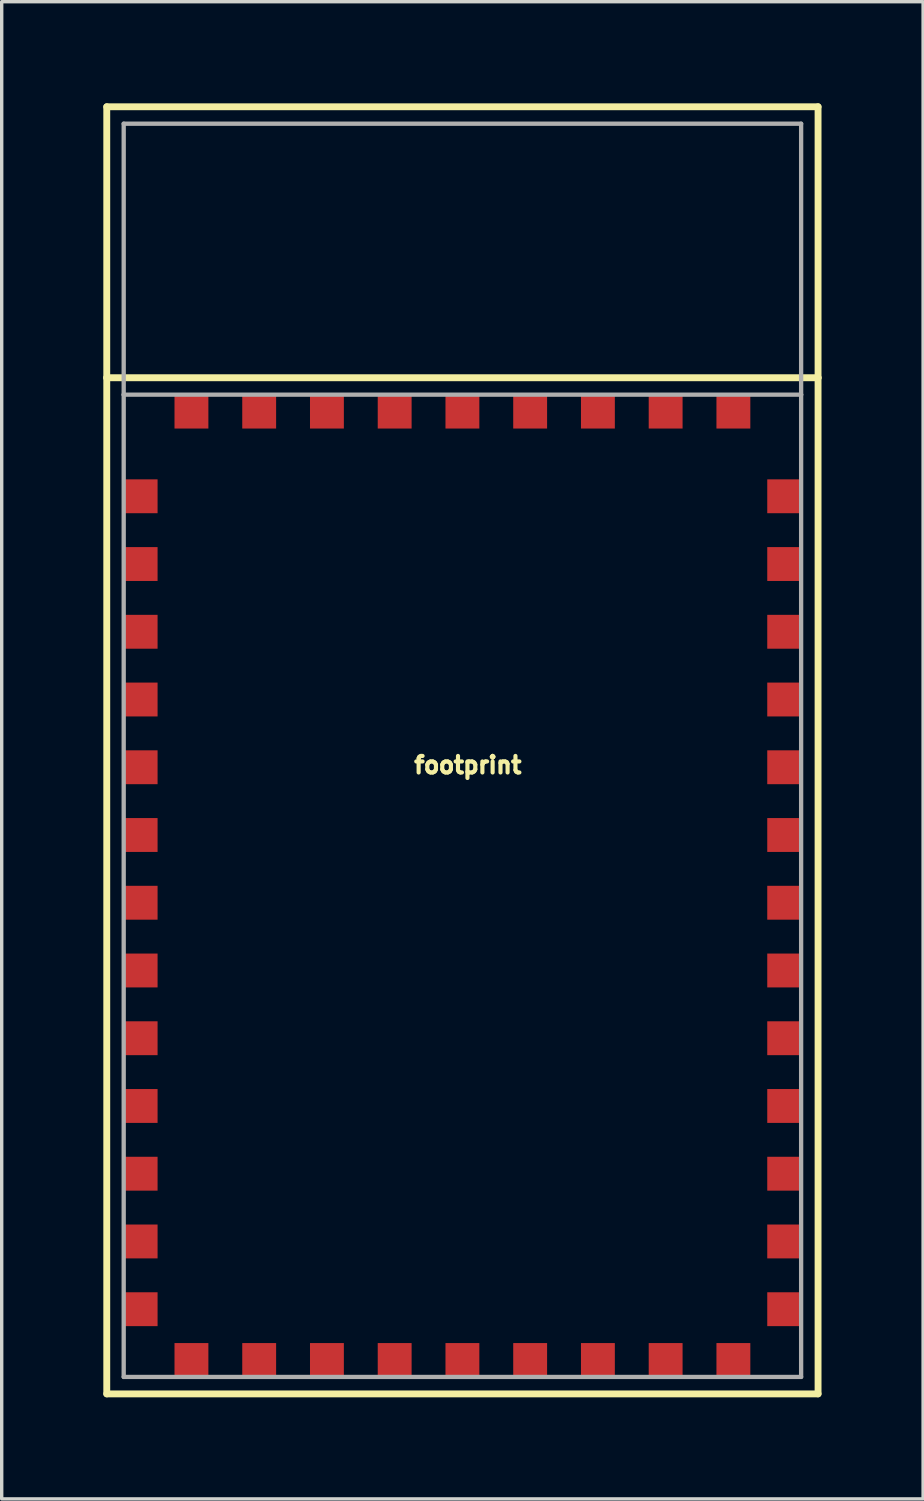
<source format=kicad_pcb>
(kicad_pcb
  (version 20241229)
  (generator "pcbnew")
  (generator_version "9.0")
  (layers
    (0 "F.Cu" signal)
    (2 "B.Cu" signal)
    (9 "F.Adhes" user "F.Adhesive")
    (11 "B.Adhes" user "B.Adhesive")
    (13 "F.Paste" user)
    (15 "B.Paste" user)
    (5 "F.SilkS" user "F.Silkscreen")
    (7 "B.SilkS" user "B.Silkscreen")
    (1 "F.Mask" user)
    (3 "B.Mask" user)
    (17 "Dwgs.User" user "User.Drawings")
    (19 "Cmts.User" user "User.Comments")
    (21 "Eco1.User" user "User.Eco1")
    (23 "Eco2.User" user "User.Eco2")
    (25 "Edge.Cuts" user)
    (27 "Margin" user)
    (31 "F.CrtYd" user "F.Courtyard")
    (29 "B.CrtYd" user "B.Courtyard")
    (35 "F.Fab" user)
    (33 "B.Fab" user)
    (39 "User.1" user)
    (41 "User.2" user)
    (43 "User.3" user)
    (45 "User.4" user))
  (footprint "footprint"
    (layer "F.Cu")
    (at 0.602 37.602)
    (property "Reference" "footprint" (at 10.16 -17.78 0) (layer "F.SilkS") (effects (font (size 0.488 0.488) (thickness 0.122)) (justify bottom)))
    (fp_line (start -0.5 -37.5) (end 20.5 -37.5) (stroke (width 0.203) (type solid)) (layer "F.SilkS"))
    (fp_line (start -0.5 -29.5) (end -0.5 -37.5) (stroke (width 0.203) (type solid)) (layer "F.SilkS"))
    (fp_line (start -0.5 -29.5) (end 20.5 -29.5) (stroke (width 0.203) (type solid)) (layer "F.SilkS"))
    (fp_line (start -0.5 0.5) (end -0.5 -29.5) (stroke (width 0.203) (type solid)) (layer "F.SilkS"))
    (fp_line (start 20.5 -37.5) (end 20.5 -29.5) (stroke (width 0.203) (type solid)) (layer "F.SilkS"))
    (fp_line (start 20.5 -29.5) (end 20.5 0.5) (stroke (width 0.203) (type solid)) (layer "F.SilkS"))
    (fp_line (start 20.5 0.5) (end -0.5 0.5) (stroke (width 0.203) (type solid)) (layer "F.SilkS"))
    (fp_line (start 0 -37) (end 0 -29) (stroke (width 0.127) (type solid)) (layer "F.Fab"))
    (fp_line (start 0 -29) (end 0 0) (stroke (width 0.127) (type solid)) (layer "F.Fab"))
    (fp_line (start 0 -29) (end 20 -29) (stroke (width 0.127) (type solid)) (layer "F.Fab"))
    (fp_line (start 0 0) (end 20 0) (stroke (width 0.127) (type solid)) (layer "F.Fab"))
    (fp_line (start 20 -37) (end 0 -37) (stroke (width 0.127) (type solid)) (layer "F.Fab"))
    (fp_line (start 20 -29) (end 20 -37) (stroke (width 0.127) (type solid)) (layer "F.Fab"))
    (fp_line (start 20 0) (end 20 -29) (stroke (width 0.127) (type solid)) (layer "F.Fab"))
    (pad "1" smd rect (at 0.5 -26) (size 1 1) (layers "F.Cu" "F.Mask" "F.Paste"))
    (pad "2" smd rect (at 0.5 -24) (size 1 1) (layers "F.Cu" "F.Mask" "F.Paste"))
    (pad "3" smd rect (at 0.5 -22) (size 1 1) (layers "F.Cu" "F.Mask" "F.Paste"))
    (pad "4" smd rect (at 0.5 -20) (size 1 1) (layers "F.Cu" "F.Mask" "F.Paste"))
    (pad "5" smd rect (at 0.5 -18) (size 1 1) (layers "F.Cu" "F.Mask" "F.Paste"))
    (pad "6" smd rect (at 0.5 -16) (size 1 1) (layers "F.Cu" "F.Mask" "F.Paste"))
    (pad "7" smd rect (at 0.5 -14) (size 1 1) (layers "F.Cu" "F.Mask" "F.Paste"))
    (pad "8" smd rect (at 0.5 -12) (size 1 1) (layers "F.Cu" "F.Mask" "F.Paste"))
    (pad "9" smd rect (at 0.5 -10) (size 1 1) (layers "F.Cu" "F.Mask" "F.Paste"))
    (pad "10" smd rect (at 0.5 -8) (size 1 1) (layers "F.Cu" "F.Mask" "F.Paste"))
    (pad "11" smd rect (at 0.5 -6) (size 1 1) (layers "F.Cu" "F.Mask" "F.Paste"))
    (pad "12" smd rect (at 0.5 -4) (size 1 1) (layers "F.Cu" "F.Mask" "F.Paste"))
    (pad "13" smd rect (at 0.5 -2) (size 1 1) (layers "F.Cu" "F.Mask" "F.Paste"))
    (pad "14" smd rect (at 2 -0.5) (size 1 1) (layers "F.Cu" "F.Mask" "F.Paste"))
    (pad "15" smd rect (at 4 -0.5) (size 1 1) (layers "F.Cu" "F.Mask" "F.Paste"))
    (pad "16" smd rect (at 6 -0.5) (size 1 1) (layers "F.Cu" "F.Mask" "F.Paste"))
    (pad "17" smd rect (at 8 -0.5) (size 1 1) (layers "F.Cu" "F.Mask" "F.Paste"))
    (pad "18" smd rect (at 10 -0.5) (size 1 1) (layers "F.Cu" "F.Mask" "F.Paste"))
    (pad "19" smd rect (at 12 -0.5) (size 1 1) (layers "F.Cu" "F.Mask" "F.Paste"))
    (pad "20" smd rect (at 14 -0.5) (size 1 1) (layers "F.Cu" "F.Mask" "F.Paste"))
    (pad "21" smd rect (at 16 -0.5) (size 1 1) (layers "F.Cu" "F.Mask" "F.Paste"))
    (pad "22" smd rect (at 18 -0.5) (size 1 1) (layers "F.Cu" "F.Mask" "F.Paste"))
    (pad "23" smd rect (at 19.5 -2) (size 1 1) (layers "F.Cu" "F.Mask" "F.Paste"))
    (pad "24" smd rect (at 19.5 -4) (size 1 1) (layers "F.Cu" "F.Mask" "F.Paste"))
    (pad "25" smd rect (at 19.5 -6) (size 1 1) (layers "F.Cu" "F.Mask" "F.Paste"))
    (pad "26" smd rect (at 19.5 -8) (size 1 1) (layers "F.Cu" "F.Mask" "F.Paste"))
    (pad "27" smd rect (at 19.5 -10) (size 1 1) (layers "F.Cu" "F.Mask" "F.Paste"))
    (pad "28" smd rect (at 19.5 -12) (size 1 1) (layers "F.Cu" "F.Mask" "F.Paste"))
    (pad "29" smd rect (at 19.5 -14) (size 1 1) (layers "F.Cu" "F.Mask" "F.Paste"))
    (pad "30" smd rect (at 19.5 -16) (size 1 1) (layers "F.Cu" "F.Mask" "F.Paste"))
    (pad "31" smd rect (at 19.5 -18) (size 1 1) (layers "F.Cu" "F.Mask" "F.Paste"))
    (pad "32" smd rect (at 19.5 -20) (size 1 1) (layers "F.Cu" "F.Mask" "F.Paste"))
    (pad "33" smd rect (at 19.5 -22) (size 1 1) (layers "F.Cu" "F.Mask" "F.Paste"))
    (pad "34" smd rect (at 19.5 -24) (size 1 1) (layers "F.Cu" "F.Mask" "F.Paste"))
    (pad "35" smd rect (at 19.5 -26) (size 1 1) (layers "F.Cu" "F.Mask" "F.Paste"))
    (pad "36" smd rect (at 18 -28.5) (size 1 1) (layers "F.Cu" "F.Mask" "F.Paste"))
    (pad "37" smd rect (at 16 -28.5) (size 1 1) (layers "F.Cu" "F.Mask" "F.Paste"))
    (pad "38" smd rect (at 14 -28.5) (size 1 1) (layers "F.Cu" "F.Mask" "F.Paste"))
    (pad "39" smd rect (at 12 -28.5) (size 1 1) (layers "F.Cu" "F.Mask" "F.Paste"))
    (pad "40" smd rect (at 10 -28.5) (size 1 1) (layers "F.Cu" "F.Mask" "F.Paste"))
    (pad "41" smd rect (at 8 -28.5) (size 1 1) (layers "F.Cu" "F.Mask" "F.Paste"))
    (pad "42" smd rect (at 6 -28.5) (size 1 1) (layers "F.Cu" "F.Mask" "F.Paste"))
    (pad "43" smd rect (at 4 -28.5) (size 1 1) (layers "F.Cu" "F.Mask" "F.Paste"))
    (pad "44" smd rect (at 2 -28.5) (size 1 1) (layers "F.Cu" "F.Mask" "F.Paste")))
  (gr_rect
    (start -3 -3)
    (end 24.203 41.203)
    (stroke (width 0.1) (type default))
    (fill no)
    (layer "Edge.Cuts")))
</source>
